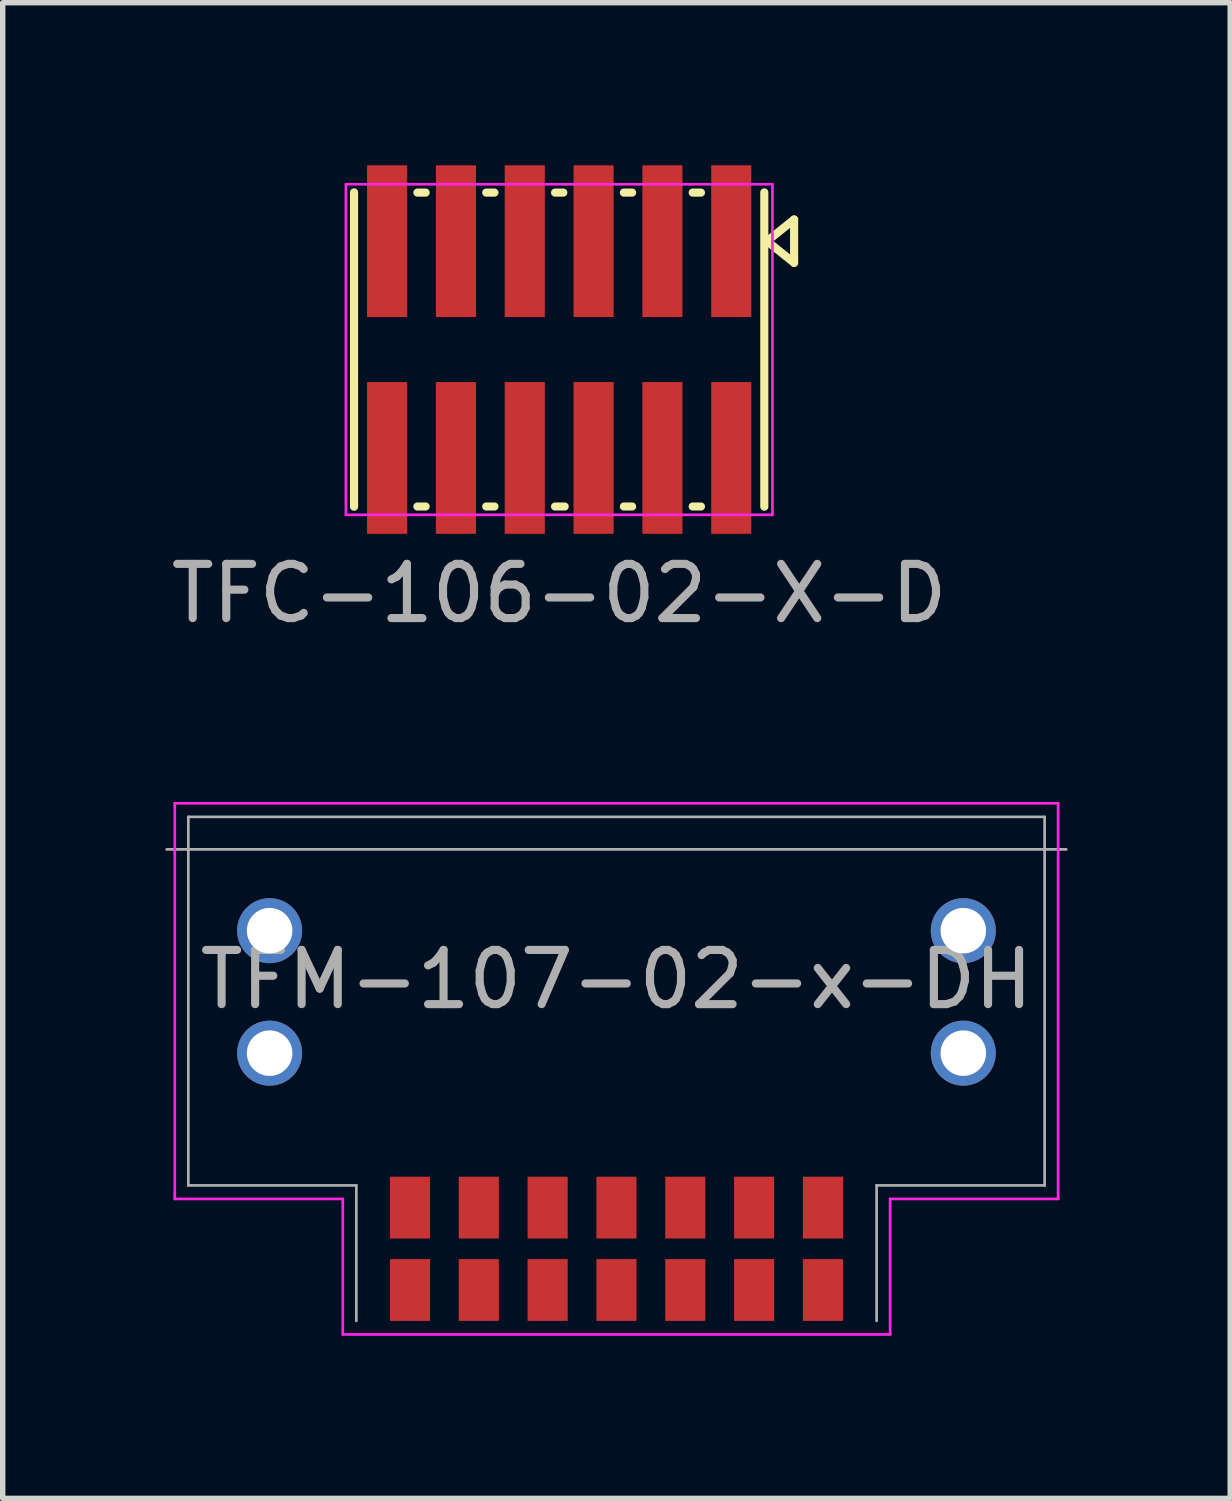
<source format=kicad_pcb>
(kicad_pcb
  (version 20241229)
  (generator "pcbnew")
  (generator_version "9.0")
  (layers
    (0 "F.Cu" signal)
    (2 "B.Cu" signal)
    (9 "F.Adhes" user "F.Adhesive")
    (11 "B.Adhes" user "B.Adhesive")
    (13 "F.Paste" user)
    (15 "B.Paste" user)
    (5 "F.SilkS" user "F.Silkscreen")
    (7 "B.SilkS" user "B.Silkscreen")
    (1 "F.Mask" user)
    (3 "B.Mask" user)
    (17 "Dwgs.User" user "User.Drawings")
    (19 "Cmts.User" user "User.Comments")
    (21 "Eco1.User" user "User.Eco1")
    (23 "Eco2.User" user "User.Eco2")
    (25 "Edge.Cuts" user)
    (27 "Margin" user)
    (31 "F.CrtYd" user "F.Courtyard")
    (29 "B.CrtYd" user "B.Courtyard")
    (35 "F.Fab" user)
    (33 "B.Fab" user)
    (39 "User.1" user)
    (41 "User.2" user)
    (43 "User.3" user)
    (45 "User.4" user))
  (footprint "TFC-106-02-X-D"
    (layer "F.Cu")
    (at 7.268 3.4)
    (property "Reference" "TFC-106-02-X-D" (at 0 4.5 0) (layer "F.Fab") (effects (font (size 1 1) (thickness 0.15))))
    (attr through_hole)
    (fp_line (start -3.785 2.9) (end -3.785 -2.9) (stroke (width 0.15) (type solid)) (layer "F.SilkS"))
    (fp_line (start -2.616 2.896) (end -2.464 2.896) (stroke (width 0.15) (type solid)) (layer "F.SilkS"))
    (fp_line (start -2.464 -2.896) (end -2.616 -2.896) (stroke (width 0.15) (type solid)) (layer "F.SilkS"))
    (fp_line (start -1.346 2.896) (end -1.194 2.896) (stroke (width 0.15) (type solid)) (layer "F.SilkS"))
    (fp_line (start -1.194 -2.896) (end -1.346 -2.896) (stroke (width 0.15) (type solid)) (layer "F.SilkS"))
    (fp_line (start -0.076 2.896) (end 0.102 2.896) (stroke (width 0.15) (type solid)) (layer "F.SilkS"))
    (fp_line (start 0.076 -2.896) (end -0.076 -2.896) (stroke (width 0.15) (type solid)) (layer "F.SilkS"))
    (fp_line (start 1.194 2.896) (end 1.346 2.896) (stroke (width 0.15) (type solid)) (layer "F.SilkS"))
    (fp_line (start 1.346 -2.896) (end 1.194 -2.896) (stroke (width 0.15) (type solid)) (layer "F.SilkS"))
    (fp_line (start 2.464 2.896) (end 2.616 2.896) (stroke (width 0.15) (type solid)) (layer "F.SilkS"))
    (fp_line (start 2.616 -2.896) (end 2.464 -2.896) (stroke (width 0.15) (type solid)) (layer "F.SilkS"))
    (fp_line (start 3.785 2.9) (end 3.785 -2.9) (stroke (width 0.15) (type solid)) (layer "F.SilkS"))
    (fp_line (start 3.835 -2) (end 4.335 -2.4) (stroke (width 0.15) (type solid)) (layer "F.SilkS"))
    (fp_line (start 4.335 -2.4) (end 4.335 -1.6) (stroke (width 0.15) (type solid)) (layer "F.SilkS"))
    (fp_line (start 4.335 -1.6) (end 3.835 -2) (stroke (width 0.15) (type solid)) (layer "F.SilkS"))
    (fp_line (start -3.935 -3.05) (end 3.935 -3.05) (stroke (width 0.05) (type solid)) (layer "F.CrtYd"))
    (fp_line (start -3.935 3.05) (end -3.935 -3.05) (stroke (width 0.05) (type solid)) (layer "F.CrtYd"))
    (fp_line (start 3.935 -3.05) (end 3.935 3.05) (stroke (width 0.05) (type solid)) (layer "F.CrtYd"))
    (fp_line (start 3.935 3.05) (end -3.935 3.05) (stroke (width 0.05) (type solid)) (layer "F.CrtYd"))
    (pad "1" smd rect (at 3.175 -2 180) (size 0.74 2.8) (layers "F.Cu" "F.Mask" "F.Paste"))
    (pad "2" smd rect (at 3.175 2 180) (size 0.74 2.8) (layers "F.Cu" "F.Mask" "F.Paste"))
    (pad "3" smd rect (at 1.905 -2 180) (size 0.74 2.8) (layers "F.Cu" "F.Mask" "F.Paste"))
    (pad "4" smd rect (at 1.905 2 180) (size 0.74 2.8) (layers "F.Cu" "F.Mask" "F.Paste"))
    (pad "5" smd rect (at 0.635 -2 180) (size 0.74 2.8) (layers "F.Cu" "F.Mask" "F.Paste"))
    (pad "6" smd rect (at 0.635 2 180) (size 0.74 2.8) (layers "F.Cu" "F.Mask" "F.Paste"))
    (pad "7" smd rect (at -0.635 -2 180) (size 0.74 2.8) (layers "F.Cu" "F.Mask" "F.Paste"))
    (pad "8" smd rect (at -0.635 2 180) (size 0.74 2.8) (layers "F.Cu" "F.Mask" "F.Paste"))
    (pad "9" smd rect (at -1.905 -2 180) (size 0.74 2.8) (layers "F.Cu" "F.Mask" "F.Paste"))
    (pad "10" smd rect (at -1.905 2 180) (size 0.74 2.8) (layers "F.Cu" "F.Mask" "F.Paste"))
    (pad "11" smd rect (at -3.175 -2 180) (size 0.74 2.8) (layers "F.Cu" "F.Mask" "F.Paste"))
    (pad "12" smd rect (at -3.175 2 180) (size 0.74 2.8) (layers "F.Cu" "F.Mask" "F.Paste")))
  (footprint "TFM-107-02-x-DH"
    (layer "F.Cu")
    (at 8.325 14.123)
    (property "Reference" "TFM-107-02-x-DH" (at 0 0.9 0) (layer "F.Fab") (effects (font (size 1 1) (thickness 0.15))))
    (attr through_hole)
    (fp_line (start -8.15 -2.35) (end 8.15 -2.35) (stroke (width 0.05) (type solid)) (layer "F.CrtYd"))
    (fp_line (start -8.15 4.95) (end -8.15 -2.35) (stroke (width 0.05) (type solid)) (layer "F.CrtYd"))
    (fp_line (start -5.05 4.95) (end -8.15 4.95) (stroke (width 0.05) (type solid)) (layer "F.CrtYd"))
    (fp_line (start -5.05 7.45) (end -5.05 4.95) (stroke (width 0.05) (type solid)) (layer "F.CrtYd"))
    (fp_line (start 5.05 4.95) (end 5.05 7.45) (stroke (width 0.05) (type solid)) (layer "F.CrtYd"))
    (fp_line (start 5.05 7.45) (end -5.05 7.45) (stroke (width 0.05) (type solid)) (layer "F.CrtYd"))
    (fp_line (start 8.15 -2.35) (end 8.15 4.95) (stroke (width 0.05) (type solid)) (layer "F.CrtYd"))
    (fp_line (start 8.15 4.95) (end 5.05 4.95) (stroke (width 0.05) (type solid)) (layer "F.CrtYd"))
    (fp_line (start -8.3 -1.5) (end 8.3 -1.5) (stroke (width 0.05) (type solid)) (layer "F.Fab"))
    (fp_line (start -7.9 -2.1) (end -7.9 4.7) (stroke (width 0.05) (type solid)) (layer "F.Fab"))
    (fp_line (start -7.9 4.7) (end -4.8 4.7) (stroke (width 0.05) (type solid)) (layer "F.Fab"))
    (fp_line (start -4.8 4.7) (end -4.8 7.2) (stroke (width 0.05) (type solid)) (layer "F.Fab"))
    (fp_line (start 4.8 4.7) (end 4.8 7.2) (stroke (width 0.05) (type solid)) (layer "F.Fab"))
    (fp_line (start 7.9 -2.1) (end -7.9 -2.1) (stroke (width 0.05) (type solid)) (layer "F.Fab"))
    (fp_line (start 7.9 -2.1) (end 7.9 4.7) (stroke (width 0.05) (type solid)) (layer "F.Fab"))
    (fp_line (start 7.9 4.7) (end 4.8 4.7) (stroke (width 0.05) (type solid)) (layer "F.Fab"))
    (pad "" thru_hole circle (at -6.4 0) (size 1.2 1.2) (drill 0.84) (layers "*.Cu" "*.Mask"))
    (pad "" thru_hole circle (at -6.4 2.26) (size 1.2 1.2) (drill 0.84) (layers "*.Cu" "*.Mask"))
    (pad "" thru_hole circle (at 6.4 0) (size 1.2 1.2) (drill 0.84) (layers "*.Cu" "*.Mask"))
    (pad "" thru_hole circle (at 6.4 2.26) (size 1.2 1.2) (drill 0.84) (layers "*.Cu" "*.Mask"))
    (pad "1" smd rect (at 3.81 5.11) (size 0.74 1.14) (layers "F.Cu" "F.Mask" "F.Paste"))
    (pad "2" smd rect (at 3.81 6.63) (size 0.74 1.14) (layers "F.Cu" "F.Mask" "F.Paste"))
    (pad "3" smd rect (at 2.54 5.11) (size 0.74 1.14) (layers "F.Cu" "F.Mask" "F.Paste"))
    (pad "4" smd rect (at 2.54 6.63) (size 0.74 1.14) (layers "F.Cu" "F.Mask" "F.Paste"))
    (pad "5" smd rect (at 1.27 5.11) (size 0.74 1.14) (layers "F.Cu" "F.Mask" "F.Paste"))
    (pad "6" smd rect (at 1.27 6.63) (size 0.74 1.14) (layers "F.Cu" "F.Mask" "F.Paste"))
    (pad "7" smd rect (at 0 5.11) (size 0.74 1.14) (layers "F.Cu" "F.Mask" "F.Paste"))
    (pad "8" smd rect (at 0 6.63) (size 0.74 1.14) (layers "F.Cu" "F.Mask" "F.Paste"))
    (pad "9" smd rect (at -1.27 5.11) (size 0.74 1.14) (layers "F.Cu" "F.Mask" "F.Paste"))
    (pad "10" smd rect (at -1.27 6.63) (size 0.74 1.14) (layers "F.Cu" "F.Mask" "F.Paste"))
    (pad "11" smd rect (at -2.54 5.11) (size 0.74 1.14) (layers "F.Cu" "F.Mask" "F.Paste"))
    (pad "12" smd rect (at -2.54 6.63) (size 0.74 1.14) (layers "F.Cu" "F.Mask" "F.Paste"))
    (pad "13" smd rect (at -3.81 5.11) (size 0.74 1.14) (layers "F.Cu" "F.Mask" "F.Paste"))
    (pad "14" smd rect (at -3.81 6.63) (size 0.74 1.14) (layers "F.Cu" "F.Mask" "F.Paste")))
  (gr_rect
    (start -3 -3)
    (end 19.65 24.598)
    (stroke (width 0.1) (type default))
    (fill no)
    (layer "Edge.Cuts")))
</source>
